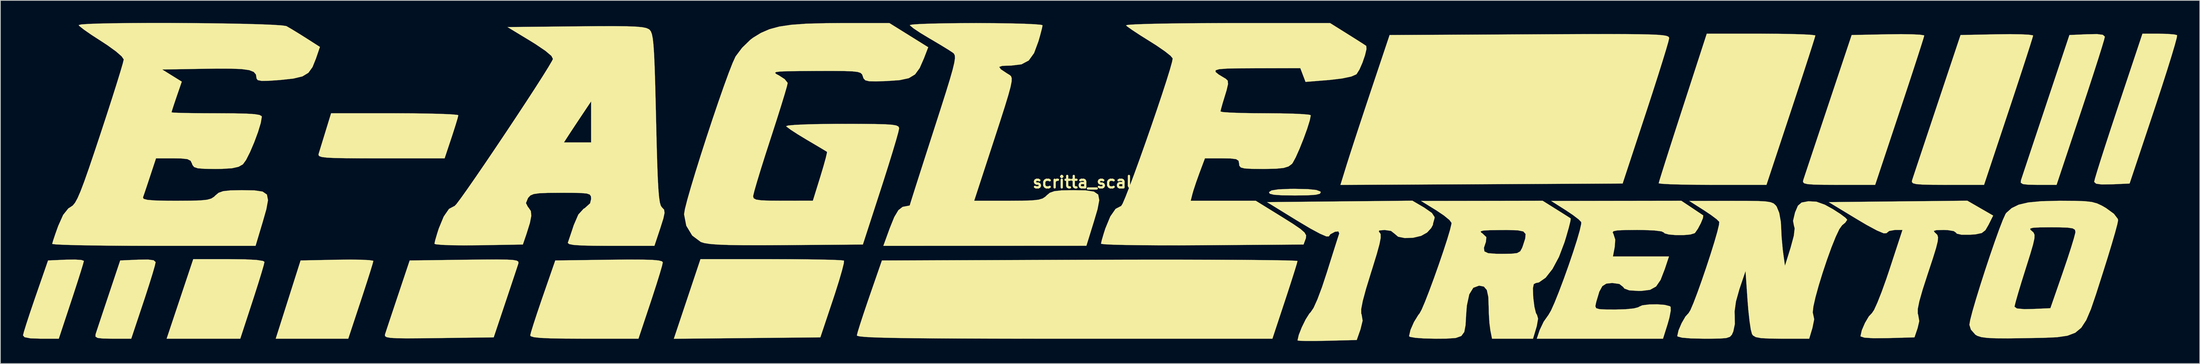
<source format=kicad_pcb>
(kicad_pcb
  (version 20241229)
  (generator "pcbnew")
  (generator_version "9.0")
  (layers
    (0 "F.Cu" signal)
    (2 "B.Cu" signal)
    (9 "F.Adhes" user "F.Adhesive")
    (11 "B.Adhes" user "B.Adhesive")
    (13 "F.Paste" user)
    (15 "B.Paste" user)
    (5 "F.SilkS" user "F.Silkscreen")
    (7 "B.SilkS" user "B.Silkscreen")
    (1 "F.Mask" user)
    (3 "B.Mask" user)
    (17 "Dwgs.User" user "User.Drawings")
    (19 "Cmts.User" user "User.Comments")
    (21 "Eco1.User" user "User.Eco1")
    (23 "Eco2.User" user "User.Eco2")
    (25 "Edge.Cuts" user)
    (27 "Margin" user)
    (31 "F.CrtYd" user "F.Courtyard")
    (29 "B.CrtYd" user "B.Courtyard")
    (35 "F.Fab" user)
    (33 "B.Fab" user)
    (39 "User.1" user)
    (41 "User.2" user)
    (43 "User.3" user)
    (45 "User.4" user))
  (footprint "scritta_scale72"
    (layer "F.Cu")
    (at 142.856 21.187)
    (property "Reference" "scritta_scale72" (at 0 0 0) (layer "F.SilkS") (effects (font (size 1.524 1.524) (thickness 0.3))))
    (attr through_hole)
    (fp_poly (pts (xy -113.327 10.258) (xy -111.805 10.34) (xy -110.956 10.475) (xy -110.772 10.605) (xy -110.877 11.059) (xy -111.165 12.052) (xy -111.597 13.457) (xy -112.135 15.144) (xy -112.379 15.897) (xy -113.986 20.814) (xy -123.772 20.814) (xy -122.004 15.522) (xy -120.236 10.231) (xy -115.504 10.231) (xy -113.327 10.258)) (stroke (width 0.01) (type solid)) (fill yes) (layer "F.SilkS"))
    (fp_poly (pts (xy -97.918 10.31) (xy -96.859 10.363) (xy -96.34 10.443) (xy -96.308 10.472) (xy -96.414 10.883) (xy -96.704 11.839) (xy -97.141 13.216) (xy -97.685 14.893) (xy -97.975 15.774) (xy -99.642 20.814) (xy -109.28 20.814) (xy -105.976 10.407) (xy -101.142 10.309) (xy -99.388 10.291) (xy -97.918 10.31)) (stroke (width 0.01) (type solid)) (fill yes) (layer "F.SilkS"))
    (fp_poly (pts (xy 27.85 0.918) (xy 28.955 1.033) (xy 29.485 1.234) (xy 29.545 1.323) (xy 29.436 1.533) (xy 28.882 1.669) (xy 27.798 1.742) (xy 26.106 1.764) (xy 24.407 1.742) (xy 23.325 1.668) (xy 22.774 1.532) (xy 22.666 1.323) (xy 23.015 1.091) (xy 23.918 0.948) (xy 25.438 0.886) (xy 26.106 0.882) (xy 27.85 0.918)) (stroke (width 0.01) (type solid)) (fill yes) (layer "F.SilkS"))
    (fp_poly (pts (xy -40.91 10.238) (xy -38.636 10.258) (xy -36.692 10.29) (xy -35.173 10.33) (xy -34.172 10.378) (xy -33.784 10.431) (xy -33.819 10.818) (xy -34.052 11.751) (xy -34.446 13.107) (xy -34.968 14.765) (xy -35.255 15.635) (xy -36.927 20.637) (xy -46.661 20.731) (xy -56.395 20.825) (xy -54.625 15.528) (xy -52.855 10.231) (xy -43.42 10.231) (xy -40.91 10.238)) (stroke (width 0.01) (type solid)) (fill yes) (layer "F.SilkS"))
    (fp_poly (pts (xy -135.097 10.344) (xy -134.761 10.463) (xy -134.761 10.466) (xy -134.867 10.879) (xy -135.157 11.837) (xy -135.594 13.216) (xy -136.138 14.894) (xy -136.428 15.774) (xy -138.094 20.814) (xy -140.485 20.814) (xy -141.88 20.766) (xy -142.645 20.615) (xy -142.851 20.373) (xy -142.731 19.895) (xy -142.42 18.885) (xy -141.959 17.474) (xy -141.391 15.797) (xy -141.175 15.169) (xy -139.524 10.407) (xy -137.142 10.303) (xy -135.951 10.287) (xy -135.097 10.344)) (stroke (width 0.01) (type solid)) (fill yes) (layer "F.SilkS"))
    (fp_poly (pts (xy -125.497 10.382) (xy -125.239 10.616) (xy -125.236 10.655) (xy -125.343 11.139) (xy -125.637 12.158) (xy -126.078 13.58) (xy -126.624 15.273) (xy -126.853 15.963) (xy -128.47 20.814) (xy -130.934 20.814) (xy -132.222 20.795) (xy -132.94 20.714) (xy -133.224 20.534) (xy -133.208 20.218) (xy -133.201 20.197) (xy -133.021 19.646) (xy -132.664 18.569) (xy -132.179 17.111) (xy -131.613 15.415) (xy -131.472 14.993) (xy -129.939 10.407) (xy -127.588 10.303) (xy -126.245 10.283) (xy -125.497 10.382)) (stroke (width 0.01) (type solid)) (fill yes) (layer "F.SilkS"))
    (fp_poly (pts (xy -91.114 -9.162) (xy -89.01 -9.132) (xy -87.255 -9.087) (xy -85.947 -9.028) (xy -85.181 -8.96) (xy -85.019 -8.909) (xy -85.124 -8.472) (xy -85.402 -7.545) (xy -85.8 -6.303) (xy -85.93 -5.91) (xy -86.841 -3.175) (xy -95.303 -3.175) (xy -97.961 -3.178) (xy -99.994 -3.191) (xy -101.482 -3.22) (xy -102.506 -3.271) (xy -103.146 -3.35) (xy -103.483 -3.462) (xy -103.596 -3.615) (xy -103.574 -3.792) (xy -103.378 -4.431) (xy -103.047 -5.509) (xy -102.654 -6.791) (xy -101.924 -9.172) (xy -93.472 -9.172) (xy -91.114 -9.162)) (stroke (width 0.01) (type solid)) (fill yes) (layer "F.SilkS"))
    (fp_poly (pts (xy 142.088 -19.726) (xy 142.963 -19.649) (xy 143.31 -19.556) (xy 143.253 -19.184) (xy 142.996 -18.228) (xy 142.564 -16.774) (xy 141.983 -14.907) (xy 141.28 -12.712) (xy 140.48 -10.274) (xy 140.253 -9.59) (xy 136.996 0.176) (xy 134.644 0.281) (xy 133.301 0.301) (xy 132.553 0.201) (xy 132.295 -0.032) (xy 132.292 -0.072) (xy 132.4 -0.513) (xy 132.704 -1.534) (xy 133.178 -3.046) (xy 133.792 -4.96) (xy 134.518 -7.187) (xy 135.329 -9.639) (xy 135.496 -10.142) (xy 138.7 -19.756) (xy 140.905 -19.756) (xy 142.088 -19.726)) (stroke (width 0.01) (type solid)) (fill yes) (layer "F.SilkS"))
    (fp_poly (pts (xy -60.587 10.293) (xy -59.254 10.332) (xy -58.404 10.409) (xy -57.964 10.527) (xy -57.856 10.664) (xy -57.962 11.144) (xy -58.256 12.161) (xy -58.697 13.581) (xy -59.244 15.272) (xy -59.472 15.963) (xy -61.089 20.814) (xy -68.292 20.814) (xy -70.843 20.804) (xy -72.758 20.771) (xy -74.107 20.711) (xy -74.96 20.62) (xy -75.388 20.493) (xy -75.47 20.373) (xy -75.351 19.895) (xy -75.039 18.885) (xy -74.578 17.474) (xy -74.011 15.797) (xy -73.794 15.169) (xy -72.143 10.407) (xy -64.999 10.311) (xy -62.478 10.287) (xy -60.587 10.293)) (stroke (width 0.01) (type solid)) (fill yes) (layer "F.SilkS"))
    (fp_poly (pts (xy 133.442 -19.604) (xy 133.7 -19.37) (xy 133.703 -19.331) (xy 133.595 -18.89) (xy 133.29 -17.869) (xy 132.816 -16.357) (xy 132.202 -14.443) (xy 131.476 -12.215) (xy 130.666 -9.764) (xy 130.498 -9.261) (xy 127.294 0.353) (xy 124.83 0.353) (xy 123.542 0.334) (xy 122.824 0.253) (xy 122.541 0.073) (xy 122.557 -0.243) (xy 122.564 -0.265) (xy 122.724 -0.751) (xy 123.076 -1.814) (xy 123.591 -3.362) (xy 124.236 -5.302) (xy 124.983 -7.541) (xy 125.799 -9.988) (xy 125.879 -10.231) (xy 128.998 -19.579) (xy 131.35 -19.683) (xy 132.693 -19.703) (xy 133.442 -19.604)) (stroke (width 0.01) (type solid)) (fill yes) (layer "F.SilkS"))
    (fp_poly (pts (xy 108.112 -19.674) (xy 109.168 -19.62) (xy 109.683 -19.537) (xy 109.714 -19.508) (xy 109.607 -19.117) (xy 109.303 -18.143) (xy 108.831 -16.672) (xy 108.219 -14.789) (xy 107.494 -12.58) (xy 106.684 -10.131) (xy 106.455 -9.444) (xy 103.197 0.353) (xy 98.318 0.353) (xy 96.377 0.346) (xy 95.038 0.318) (xy 94.198 0.253) (xy 93.755 0.14) (xy 93.605 -0.037) (xy 93.636 -0.265) (xy 93.796 -0.751) (xy 94.148 -1.814) (xy 94.663 -3.362) (xy 95.309 -5.301) (xy 96.055 -7.541) (xy 96.871 -9.988) (xy 96.952 -10.231) (xy 100.072 -19.579) (xy 104.893 -19.677) (xy 106.645 -19.695) (xy 108.112 -19.674)) (stroke (width 0.01) (type solid)) (fill yes) (layer "F.SilkS"))
    (fp_poly (pts (xy 122.576 -19.674) (xy 123.632 -19.62) (xy 124.147 -19.537) (xy 124.178 -19.508) (xy 124.07 -19.117) (xy 123.767 -18.143) (xy 123.295 -16.672) (xy 122.683 -14.789) (xy 121.958 -12.58) (xy 121.148 -10.131) (xy 120.919 -9.444) (xy 117.661 0.353) (xy 112.782 0.353) (xy 110.841 0.346) (xy 109.502 0.318) (xy 108.662 0.253) (xy 108.219 0.14) (xy 108.069 -0.037) (xy 108.1 -0.265) (xy 108.26 -0.751) (xy 108.612 -1.814) (xy 109.127 -3.362) (xy 109.773 -5.301) (xy 110.519 -7.541) (xy 111.335 -9.988) (xy 111.416 -10.231) (xy 114.536 -19.579) (xy 119.357 -19.677) (xy 121.109 -19.695) (xy 122.576 -19.674)) (stroke (width 0.01) (type solid)) (fill yes) (layer "F.SilkS"))
    (fp_poly (pts (xy -78.599 10.292) (xy -77.751 10.342) (xy -77.264 10.431) (xy -77.052 10.566) (xy -77.029 10.752) (xy -77.052 10.841) (xy -77.233 11.394) (xy -77.591 12.473) (xy -78.077 13.933) (xy -78.644 15.631) (xy -78.785 16.051) (xy -80.319 20.637) (xy -87.634 20.733) (xy -90.081 20.761) (xy -91.909 20.77) (xy -93.204 20.753) (xy -94.052 20.703) (xy -94.539 20.613) (xy -94.751 20.479) (xy -94.774 20.292) (xy -94.751 20.204) (xy -94.569 19.65) (xy -94.212 18.571) (xy -93.725 17.111) (xy -93.159 15.414) (xy -93.018 14.993) (xy -91.484 10.407) (xy -84.169 10.312) (xy -81.722 10.283) (xy -79.894 10.274) (xy -78.599 10.292)) (stroke (width 0.01) (type solid)) (fill yes) (layer "F.SilkS"))
    (fp_poly (pts (xy 69.986 -19.701) (xy 71.82 -19.685) (xy 73.227 -19.655) (xy 74.263 -19.611) (xy 74.983 -19.551) (xy 75.444 -19.473) (xy 75.701 -19.376) (xy 75.809 -19.258) (xy 75.827 -19.141) (xy 75.714 -18.654) (xy 75.407 -17.59) (xy 74.934 -16.042) (xy 74.324 -14.101) (xy 73.606 -11.861) (xy 72.807 -9.414) (xy 72.728 -9.172) (xy 69.649 0.176) (xy 32.158 0.359) (xy 33.004 -2.378) (xy 33.379 -3.561) (xy 33.929 -5.26) (xy 34.605 -7.326) (xy 35.358 -9.606) (xy 36.137 -11.949) (xy 36.27 -12.347) (xy 38.69 -19.579) (xy 57.269 -19.67) (xy 61.367 -19.69) (xy 64.816 -19.702) (xy 67.67 -19.707) (xy 69.986 -19.701)) (stroke (width 0.01) (type solid)) (fill yes) (layer "F.SilkS"))
    (fp_poly (pts (xy 90.206 -19.744) (xy 92.114 -19.713) (xy 93.657 -19.665) (xy 94.73 -19.604) (xy 95.228 -19.533) (xy 95.25 -19.514) (xy 95.143 -19.129) (xy 94.841 -18.161) (xy 94.372 -16.695) (xy 93.763 -14.815) (xy 93.041 -12.608) (xy 92.235 -10.16) (xy 92.003 -9.459) (xy 88.756 0.353) (xy 81.596 0.353) (xy 79.435 0.343) (xy 77.536 0.315) (xy 76.003 0.272) (xy 74.941 0.217) (xy 74.455 0.154) (xy 74.436 0.138) (xy 74.541 -0.239) (xy 74.838 -1.202) (xy 75.299 -2.666) (xy 75.897 -4.544) (xy 76.606 -6.751) (xy 77.398 -9.202) (xy 77.63 -9.916) (xy 80.823 -19.756) (xy 88.037 -19.756) (xy 90.206 -19.744)) (stroke (width 0.01) (type solid)) (fill yes) (layer "F.SilkS"))
    (fp_poly (pts (xy 11.202 10.303) (xy 14.756 10.311) (xy 17.939 10.325) (xy 20.699 10.344) (xy 22.981 10.369) (xy 24.733 10.398) (xy 25.901 10.431) (xy 26.431 10.469) (xy 26.458 10.48) (xy 26.353 10.888) (xy 26.063 11.841) (xy 25.626 13.217) (xy 25.082 14.892) (xy 24.792 15.774) (xy 23.125 20.814) (xy -4.489 20.814) (xy -9.744 20.812) (xy -14.333 20.805) (xy -18.294 20.793) (xy -21.665 20.775) (xy -24.486 20.751) (xy -26.794 20.719) (xy -28.63 20.68) (xy -30.031 20.633) (xy -31.037 20.576) (xy -31.685 20.51) (xy -32.016 20.434) (xy -32.078 20.373) (xy -31.959 19.895) (xy -31.647 18.885) (xy -31.186 17.474) (xy -30.619 15.797) (xy -30.403 15.169) (xy -28.751 10.407) (xy -1.147 10.317) (xy 3.198 10.306) (xy 7.332 10.301) (xy 11.202 10.303)) (stroke (width 0.01) (type solid)) (fill yes) (layer "F.SilkS"))
    (fp_poly (pts (xy 117.154 3.448) (xy 118.87 4.438) (xy 118.26 5.659) (xy 117.84 6.382) (xy 117.353 6.762) (xy 116.555 6.93) (xy 115.799 6.986) (xy 114.659 6.986) (xy 114.031 6.842) (xy 113.947 6.721) (xy 113.63 6.501) (xy 112.817 6.369) (xy 112.292 6.35) (xy 111.333 6.375) (xy 110.978 6.48) (xy 111.127 6.705) (xy 111.238 6.791) (xy 111.456 7.01) (xy 111.551 7.337) (xy 111.501 7.883) (xy 111.285 8.757) (xy 110.881 10.068) (xy 110.269 11.926) (xy 110.197 12.139) (xy 109.507 14.274) (xy 109.064 15.828) (xy 108.852 16.871) (xy 108.852 17.478) (xy 108.904 17.607) (xy 109.052 18.477) (xy 108.835 19.403) (xy 108.418 20.637) (xy 104.832 20.738) (xy 102.966 20.754) (xy 101.773 20.678) (xy 101.266 20.513) (xy 101.247 20.462) (xy 101.42 19.69) (xy 101.838 18.719) (xy 102.349 17.852) (xy 102.766 17.41) (xy 103.05 16.986) (xy 103.494 16.009) (xy 104.05 14.602) (xy 104.667 12.885) (xy 105.056 11.73) (xy 106.82 6.35) (xy 105.827 6.35) (xy 105.059 6.486) (xy 104.69 6.781) (xy 104.335 6.802) (xy 103.444 6.429) (xy 102.055 5.681) (xy 100.784 4.929) (xy 97.022 2.646) (xy 106.23 2.552) (xy 115.439 2.458) (xy 117.154 3.448)) (stroke (width 0.01) (type solid)) (fill yes) (layer "F.SilkS"))
    (fp_poly (pts (xy 43.289 3.376) (xy 44.31 4.088) (xy 44.676 4.652) (xy 44.653 4.822) (xy 44.47 5.476) (xy 44.45 5.66) (xy 44.216 6.1) (xy 43.678 6.689) (xy 42.88 7.138) (xy 41.813 7.389) (xy 40.714 7.43) (xy 39.822 7.252) (xy 39.384 6.879) (xy 38.882 6.48) (xy 38.023 6.355) (xy 37.304 6.419) (xy 37.263 6.605) (xy 37.348 6.667) (xy 37.503 6.904) (xy 37.509 7.398) (xy 37.345 8.244) (xy 36.992 9.537) (xy 36.43 11.372) (xy 36.23 12.004) (xy 35.559 14.189) (xy 35.128 15.785) (xy 34.921 16.858) (xy 34.925 17.478) (xy 34.974 17.601) (xy 35.109 18.413) (xy 34.822 19.579) (xy 34.326 20.99) (xy 30.392 21.09) (xy 28.822 21.118) (xy 27.549 21.118) (xy 26.716 21.091) (xy 26.458 21.046) (xy 26.622 20.321) (xy 27.026 19.295) (xy 27.539 18.251) (xy 28.03 17.473) (xy 28.206 17.286) (xy 28.587 16.723) (xy 29.103 15.579) (xy 29.711 13.956) (xy 30.359 11.994) (xy 30.907 10.247) (xy 31.387 8.726) (xy 31.756 7.567) (xy 31.972 6.903) (xy 32.003 6.817) (xy 31.883 6.543) (xy 31.444 6.588) (xy 30.814 6.926) (xy 30.622 7.209) (xy 30.293 7.213) (xy 29.448 6.85) (xy 28.151 6.151) (xy 26.467 5.149) (xy 26.459 5.145) (xy 22.403 2.646) (xy 32.063 2.552) (xy 41.723 2.458) (xy 43.289 3.376)) (stroke (width 0.01) (type solid)) (fill yes) (layer "F.SilkS"))
    (fp_poly (pts (xy 78.852 3.406) (xy 79.694 3.969) (xy 80.249 4.343) (xy 80.358 4.419) (xy 80.319 4.767) (xy 80.04 5.446) (xy 79.651 6.184) (xy 79.286 6.712) (xy 79.206 6.786) (xy 78.65 6.955) (xy 77.737 7.036) (xy 76.703 7.035) (xy 75.785 6.955) (xy 75.219 6.802) (xy 75.142 6.703) (xy 74.806 6.539) (xy 73.866 6.421) (xy 72.421 6.358) (xy 71.571 6.35) (xy 69.957 6.363) (xy 68.945 6.412) (xy 68.433 6.514) (xy 68.318 6.685) (xy 68.417 6.852) (xy 68.667 7.636) (xy 68.597 8.616) (xy 68.36 9.878) (xy 75.804 9.878) (xy 75.248 11.553) (xy 74.691 12.995) (xy 74.091 13.872) (xy 73.289 14.316) (xy 72.129 14.46) (xy 71.773 14.464) (xy 70.53 14.387) (xy 69.87 14.139) (xy 69.722 13.935) (xy 69.211 13.534) (xy 68.265 13.406) (xy 67.485 13.487) (xy 66.951 13.825) (xy 66.551 14.558) (xy 66.171 15.829) (xy 66.11 16.067) (xy 66.027 16.496) (xy 66.13 16.753) (xy 66.552 16.882) (xy 67.427 16.928) (xy 68.733 16.933) (xy 70.083 16.892) (xy 71.145 16.783) (xy 71.736 16.628) (xy 71.79 16.581) (xy 72.254 16.373) (xy 73.157 16.259) (xy 74.241 16.24) (xy 75.245 16.316) (xy 75.91 16.486) (xy 76.022 16.578) (xy 76.04 17.081) (xy 75.863 18.019) (xy 75.625 18.871) (xy 75.013 20.814) (xy 58.245 20.814) (xy 58.627 19.667) (xy 59.153 18.558) (xy 59.8 17.639) (xy 60.133 17.069) (xy 60.614 15.991) (xy 61.195 14.54) (xy 61.831 12.851) (xy 62.472 11.058) (xy 63.071 9.297) (xy 63.581 7.702) (xy 63.954 6.41) (xy 64.143 5.553) (xy 64.147 5.301) (xy 63.807 4.946) (xy 63.037 4.359) (xy 62.089 3.722) (xy 60.149 2.488) (xy 68.798 2.478) (xy 77.447 2.469) (xy 78.852 3.406)) (stroke (width 0.01) (type solid)) (fill yes) (layer "F.SilkS"))
    (fp_poly (pts (xy 129.716 2.478) (xy 131.032 2.522) (xy 131.965 2.627) (xy 132.676 2.819) (xy 133.328 3.124) (xy 133.865 3.437) (xy 134.913 4.202) (xy 135.43 4.882) (xy 135.467 5.072) (xy 135.362 5.603) (xy 135.072 6.69) (xy 134.629 8.218) (xy 134.066 10.072) (xy 133.417 12.137) (xy 133.34 12.377) (xy 132.527 14.922) (xy 131.859 16.882) (xy 131.241 18.333) (xy 130.577 19.355) (xy 129.773 20.025) (xy 128.734 20.42) (xy 127.364 20.619) (xy 125.568 20.7) (xy 123.251 20.739) (xy 123.119 20.742) (xy 120.885 20.772) (xy 119.244 20.764) (xy 118.086 20.711) (xy 117.301 20.606) (xy 116.778 20.44) (xy 116.505 20.281) (xy 115.909 19.6) (xy 115.711 18.965) (xy 115.822 18.312) (xy 116.126 17.136) (xy 116.293 16.563) (xy 121.708 16.563) (xy 122.03 16.794) (xy 123.008 16.882) (xy 124.09 16.861) (xy 126.471 16.757) (xy 128.122 11.994) (xy 128.719 10.236) (xy 129.223 8.68) (xy 129.592 7.465) (xy 129.782 6.729) (xy 129.798 6.615) (xy 129.734 6.322) (xy 129.428 6.139) (xy 128.751 6.04) (xy 127.575 6.002) (xy 126.58 5.997) (xy 125.075 6.009) (xy 124.179 6.058) (xy 123.793 6.16) (xy 123.822 6.334) (xy 123.988 6.473) (xy 124.238 6.696) (xy 124.364 6.996) (xy 124.348 7.489) (xy 124.171 8.291) (xy 123.814 9.516) (xy 123.26 11.282) (xy 123.174 11.555) (xy 122.637 13.269) (xy 122.189 14.755) (xy 121.869 15.877) (xy 121.716 16.499) (xy 121.708 16.563) (xy 116.293 16.563) (xy 116.583 15.566) (xy 117.149 13.729) (xy 117.783 11.752) (xy 118.443 9.762) (xy 119.087 7.889) (xy 119.674 6.257) (xy 120.161 4.997) (xy 120.507 4.234) (xy 120.596 4.096) (xy 121.322 3.448) (xy 122.263 2.987) (xy 123.537 2.688) (xy 125.262 2.525) (xy 127.557 2.47) (xy 127.856 2.469) (xy 129.716 2.478)) (stroke (width 0.01) (type solid)) (fill yes) (layer "F.SilkS"))
    (fp_poly (pts (xy -13.817 -21.156) (xy -11.658 -21.125) (xy -9.844 -21.077) (xy -8.47 -21.015) (xy -7.631 -20.942) (xy -7.408 -20.878) (xy -7.502 -20.402) (xy -7.743 -19.486) (xy -7.957 -18.742) (xy -8.538 -17.173) (xy -9.245 -16.191) (xy -10.216 -15.677) (xy -11.589 -15.513) (xy -11.73 -15.511) (xy -12.765 -15.475) (xy -13.172 -15.336) (xy -12.951 -15.021) (xy -12.107 -14.46) (xy -11.782 -14.262) (xy -11.599 -14.103) (xy -11.507 -13.835) (xy -11.523 -13.378) (xy -11.668 -12.65) (xy -11.961 -11.571) (xy -12.421 -10.058) (xy -13.069 -8.03) (xy -13.824 -5.708) (xy -16.492 2.469) (xy -12.005 2.469) (xy -10.123 2.459) (xy -8.816 2.417) (xy -7.953 2.325) (xy -7.401 2.164) (xy -7.03 1.917) (xy -6.879 1.764) (xy -6.447 1.404) (xy -5.838 1.19) (xy -4.878 1.086) (xy -3.393 1.058) (xy -3.34 1.058) (xy -1.677 1.088) (xy -0.593 1.247) (xy -0.018 1.646) (xy 0.121 2.393) (xy -0.106 3.596) (xy -0.597 5.259) (xy -1.587 8.456) (xy -15.075 8.461) (xy -28.563 8.467) (xy -27.712 6.122) (xy -27.11 4.631) (xy -26.566 3.72) (xy -25.997 3.275) (xy -25.488 3.18) (xy -25.077 3.102) (xy -25.047 3.06) (xy -24.943 2.708) (xy -24.649 1.769) (xy -24.191 0.327) (xy -23.596 -1.533) (xy -22.892 -3.728) (xy -22.105 -6.172) (xy -21.869 -6.906) (xy -20.956 -9.744) (xy -20.245 -11.986) (xy -19.717 -13.707) (xy -19.354 -14.981) (xy -19.138 -15.883) (xy -19.049 -16.486) (xy -19.07 -16.867) (xy -19.182 -17.098) (xy -19.311 -17.216) (xy -19.899 -17.604) (xy -20.909 -18.224) (xy -22.146 -18.959) (xy -22.485 -19.156) (xy -23.653 -19.863) (xy -24.542 -20.456) (xy -25.007 -20.838) (xy -25.043 -20.902) (xy -24.707 -20.974) (xy -23.76 -21.039) (xy -22.296 -21.094) (xy -20.41 -21.135) (xy -18.196 -21.16) (xy -16.228 -21.167) (xy -13.817 -21.156)) (stroke (width 0.01) (type solid)) (fill yes) (layer "F.SilkS"))
    (fp_poly (pts (xy 86.123 2.48) (xy 87.624 2.5) (xy 88.647 2.555) (xy 89.305 2.659) (xy 89.71 2.826) (xy 89.978 3.07) (xy 90.115 3.253) (xy 90.453 4.084) (xy 90.663 5.268) (xy 90.695 5.811) (xy 90.769 7.327) (xy 90.916 8.932) (xy 90.968 9.349) (xy 91.211 11.113) (xy 91.977 8.657) (xy 92.39 7.12) (xy 92.503 6.129) (xy 92.41 5.799) (xy 92.286 5.139) (xy 92.55 4.021) (xy 92.932 3.123) (xy 93.421 2.701) (xy 94.273 2.541) (xy 94.346 2.534) (xy 95.388 2.589) (xy 96.508 2.989) (xy 97.576 3.579) (xy 98.565 4.216) (xy 99.254 4.732) (xy 99.483 4.993) (xy 99.227 5.374) (xy 98.801 5.73) (xy 98.441 6.233) (xy 97.958 7.252) (xy 97.396 8.651) (xy 96.802 10.292) (xy 96.219 12.038) (xy 95.692 13.752) (xy 95.267 15.296) (xy 94.988 16.533) (xy 94.9 17.327) (xy 94.948 17.524) (xy 95.096 18.231) (xy 94.863 19.377) (xy 94.433 20.814) (xy 90.797 20.814) (xy 89.118 20.798) (xy 88.009 20.735) (xy 87.338 20.606) (xy 86.97 20.389) (xy 86.833 20.197) (xy 86.676 19.604) (xy 86.506 18.481) (xy 86.345 17.001) (xy 86.24 15.699) (xy 85.975 11.818) (xy 85.167 14.201) (xy 84.702 15.863) (xy 84.516 17.218) (xy 84.541 17.729) (xy 84.556 18.869) (xy 84.351 19.844) (xy 84.16 20.284) (xy 83.901 20.565) (xy 83.431 20.724) (xy 82.607 20.795) (xy 81.288 20.813) (xy 80.442 20.814) (xy 78.73 20.779) (xy 77.543 20.679) (xy 76.956 20.523) (xy 76.906 20.45) (xy 77.076 19.695) (xy 77.489 18.732) (xy 77.993 17.863) (xy 78.407 17.41) (xy 78.655 17.004) (xy 79.059 16.056) (xy 79.574 14.704) (xy 80.154 13.081) (xy 80.755 11.323) (xy 81.33 9.567) (xy 81.835 7.946) (xy 82.223 6.596) (xy 82.45 5.653) (xy 82.481 5.271) (xy 82.148 4.933) (xy 81.382 4.357) (xy 80.433 3.722) (xy 78.493 2.488) (xy 84.029 2.478) (xy 86.123 2.48)) (stroke (width 0.01) (type solid)) (fill yes) (layer "F.SilkS"))
    (fp_poly (pts (xy 60.823 3.595) (xy 61.798 4.207) (xy 62.502 4.654) (xy 62.752 4.816) (xy 62.713 5.171) (xy 62.497 6.043) (xy 62.144 7.277) (xy 61.926 7.992) (xy 61.192 9.933) (xy 60.332 11.538) (xy 59.419 12.704) (xy 58.525 13.329) (xy 58.126 13.406) (xy 57.843 13.555) (xy 57.731 14.096) (xy 57.765 15.168) (xy 57.786 15.434) (xy 57.929 16.57) (xy 58.128 17.396) (xy 58.285 17.678) (xy 58.415 18.152) (xy 58.248 19.117) (xy 58.181 19.353) (xy 57.744 20.814) (xy 52.299 20.814) (xy 52.079 19.711) (xy 51.948 18.696) (xy 51.869 17.378) (xy 51.858 16.742) (xy 51.804 15.252) (xy 51.607 14.34) (xy 51.213 13.882) (xy 50.577 13.758) (xy 49.81 14.041) (xy 49.274 14.913) (xy 48.954 16.408) (xy 48.859 17.639) (xy 48.782 19.014) (xy 48.611 19.921) (xy 48.219 20.457) (xy 47.481 20.719) (xy 46.272 20.806) (xy 44.765 20.814) (xy 43.284 20.783) (xy 42.118 20.699) (xy 41.414 20.577) (xy 41.275 20.484) (xy 41.463 19.655) (xy 41.923 18.602) (xy 42.501 17.662) (xy 42.665 17.462) (xy 42.948 16.945) (xy 43.394 15.897) (xy 43.954 14.459) (xy 44.578 12.772) (xy 45.215 10.977) (xy 45.816 9.217) (xy 46.332 7.633) (xy 46.66 6.536) (xy 50.779 6.536) (xy 50.859 6.702) (xy 51.018 6.803) (xy 51.546 7.305) (xy 51.484 7.938) (xy 51.221 8.731) (xy 51.285 9.204) (xy 51.785 9.44) (xy 52.828 9.519) (xy 53.588 9.525) (xy 54.871 9.512) (xy 55.63 9.425) (xy 56.042 9.193) (xy 56.29 8.746) (xy 56.41 8.414) (xy 56.709 7.485) (xy 56.757 6.888) (xy 56.452 6.549) (xy 55.694 6.398) (xy 54.38 6.361) (xy 53.534 6.363) (xy 52.028 6.381) (xy 51.139 6.434) (xy 50.779 6.536) (xy 46.66 6.536) (xy 46.711 6.365) (xy 46.905 5.555) (xy 46.919 5.408) (xy 46.64 5.027) (xy 45.907 4.426) (xy 44.891 3.742) (xy 42.862 2.488) (xy 50.946 2.479) (xy 59.029 2.469) (xy 60.823 3.595)) (stroke (width 0.01) (type solid)) (fill yes) (layer "F.SilkS"))
    (fp_poly (pts (xy -62.637 -20.742) (xy -61.424 -20.695) (xy -60.587 -20.618) (xy -60.043 -20.506) (xy -59.71 -20.355) (xy -59.615 -20.28) (xy -59.445 -20.064) (xy -59.306 -19.702) (xy -59.191 -19.122) (xy -59.095 -18.249) (xy -59.013 -17.01) (xy -58.94 -15.331) (xy -58.87 -13.138) (xy -58.798 -10.357) (xy -58.752 -8.382) (xy -58.675 -5.184) (xy -58.601 -2.621) (xy -58.527 -0.624) (xy -58.447 0.879) (xy -58.356 1.957) (xy -58.25 2.682) (xy -58.124 3.122) (xy -57.973 3.349) (xy -57.949 3.368) (xy -57.686 3.649) (xy -57.626 4.08) (xy -57.783 4.828) (xy -58.172 6.063) (xy -58.189 6.116) (xy -58.971 8.467) (xy -64.801 8.467) (xy -67.042 8.455) (xy -68.654 8.415) (xy -69.713 8.343) (xy -70.295 8.23) (xy -70.477 8.073) (xy -70.468 8.026) (xy -70.273 7.461) (xy -69.943 6.479) (xy -69.689 5.709) (xy -69.082 4.301) (xy -68.382 3.531) (xy -68.226 3.447) (xy -67.517 2.809) (xy -67.381 2.236) (xy -67.405 1.879) (xy -67.558 1.644) (xy -67.962 1.505) (xy -68.738 1.436) (xy -70.007 1.413) (xy -71.353 1.411) (xy -73.096 1.422) (xy -74.268 1.469) (xy -75.006 1.574) (xy -75.445 1.759) (xy -75.719 2.047) (xy -75.774 2.13) (xy -76.038 2.776) (xy -75.772 3.297) (xy -75.682 3.391) (xy -75.387 3.836) (xy -75.324 4.459) (xy -75.508 5.411) (xy -75.953 6.843) (xy -76.025 7.056) (xy -76.447 8.29) (xy -82.321 8.387) (xy -84.267 8.402) (xy -85.941 8.383) (xy -87.226 8.333) (xy -88.008 8.257) (xy -88.194 8.185) (xy -88.091 7.703) (xy -87.825 6.797) (xy -87.617 6.148) (xy -86.963 4.563) (xy -86.264 3.551) (xy -85.563 3.176) (xy -85.529 3.175) (xy -85.264 2.893) (xy -84.672 2.103) (xy -83.808 0.888) (xy -82.729 -0.667) (xy -81.49 -2.478) (xy -80.149 -4.462) (xy -79.593 -5.292) (xy -70.989 -5.292) (xy -67.381 -5.292) (xy -67.381 -10.75) (xy -68.557 -8.991) (xy -69.321 -7.843) (xy -70.025 -6.778) (xy -70.362 -6.262) (xy -70.989 -5.292) (xy -79.593 -5.292) (xy -78.76 -6.534) (xy -77.381 -8.611) (xy -76.066 -10.609) (xy -74.873 -12.443) (xy -73.858 -14.03) (xy -73.076 -15.286) (xy -72.583 -16.126) (xy -72.45 -16.397) (xy -72.659 -16.803) (xy -73.454 -17.476) (xy -74.783 -18.376) (xy -75.383 -18.748) (xy -78.493 -20.637) (xy -69.355 -20.732) (xy -66.521 -20.756) (xy -64.309 -20.76) (xy -62.637 -20.742)) (stroke (width 0.01) (type solid)) (fill yes) (layer "F.SilkS"))
    (fp_poly (pts (xy -25.175 -19.561) (xy -22.598 -17.954) (xy -23.167 -16.474) (xy -23.732 -15.184) (xy -24.349 -14.338) (xy -25.183 -13.835) (xy -26.398 -13.574) (xy -28.079 -13.457) (xy -29.544 -13.408) (xy -30.452 -13.43) (xy -30.952 -13.551) (xy -31.192 -13.801) (xy -31.285 -14.074) (xy -31.384 -14.344) (xy -31.585 -14.538) (xy -31.989 -14.669) (xy -32.698 -14.748) (xy -33.815 -14.788) (xy -35.44 -14.799) (xy -37.524 -14.794) (xy -39.705 -14.783) (xy -41.26 -14.762) (xy -42.266 -14.722) (xy -42.803 -14.654) (xy -42.949 -14.547) (xy -42.782 -14.393) (xy -42.422 -14.201) (xy -41.664 -13.708) (xy -41.285 -13.234) (xy -41.275 -13.168) (xy -41.381 -12.706) (xy -41.676 -11.682) (xy -42.128 -10.201) (xy -42.704 -8.372) (xy -43.372 -6.299) (xy -43.568 -5.697) (xy -44.256 -3.568) (xy -44.861 -1.643) (xy -45.351 -0.031) (xy -45.693 1.159) (xy -45.853 1.818) (xy -45.861 1.89) (xy -45.779 2.144) (xy -45.455 2.311) (xy -44.773 2.409) (xy -43.618 2.455) (xy -41.892 2.464) (xy -37.924 2.459) (xy -36.93 -0.747) (xy -36.514 -2.134) (xy -36.208 -3.239) (xy -36.053 -3.91) (xy -36.049 -4.04) (xy -36.383 -4.247) (xy -37.177 -4.722) (xy -38.283 -5.376) (xy -38.724 -5.636) (xy -39.921 -6.362) (xy -40.87 -6.978) (xy -41.414 -7.383) (xy -41.479 -7.452) (xy -41.201 -7.545) (xy -40.311 -7.625) (xy -38.901 -7.691) (xy -37.065 -7.737) (xy -34.894 -7.759) (xy -34.064 -7.761) (xy -31.555 -7.757) (xy -29.665 -7.741) (xy -28.308 -7.706) (xy -27.396 -7.644) (xy -26.844 -7.548) (xy -26.565 -7.412) (xy -26.471 -7.229) (xy -26.467 -7.144) (xy -26.574 -6.638) (xy -26.871 -5.569) (xy -27.326 -4.042) (xy -27.906 -2.164) (xy -28.579 -0.042) (xy -28.877 0.882) (xy -31.279 8.29) (xy -41.48 8.367) (xy -44.614 8.384) (xy -47.117 8.38) (xy -49.065 8.352) (xy -50.534 8.298) (xy -51.598 8.215) (xy -52.333 8.1) (xy -52.806 7.953) (xy -53.952 7.095) (xy -54.739 5.791) (xy -55.033 4.261) (xy -55.033 4.251) (xy -54.921 3.574) (xy -54.608 2.341) (xy -54.128 0.661) (xy -53.519 -1.359) (xy -52.815 -3.609) (xy -52.051 -5.981) (xy -51.264 -8.366) (xy -50.488 -10.656) (xy -49.759 -12.743) (xy -49.113 -14.517) (xy -48.584 -15.87) (xy -48.209 -16.694) (xy -48.18 -16.745) (xy -47.322 -17.886) (xy -46.225 -18.951) (xy -45.875 -19.217) (xy -44.827 -19.859) (xy -43.702 -20.349) (xy -42.388 -20.705) (xy -40.773 -20.945) (xy -38.748 -21.09) (xy -36.2 -21.156) (xy -34.26 -21.167) (xy -27.752 -21.167) (xy -25.175 -19.561)) (stroke (width 0.01) (type solid)) (fill yes) (layer "F.SilkS"))
    (fp_poly (pts (xy 33.123 -19.707) (xy 34.242 -19.003) (xy 35.106 -18.452) (xy 35.561 -18.152) (xy 35.591 -18.13) (xy 35.62 -17.706) (xy 35.425 -16.883) (xy 35.087 -15.899) (xy 34.689 -14.99) (xy 34.315 -14.393) (xy 34.267 -14.346) (xy 33.601 -14.055) (xy 32.377 -13.797) (xy 30.745 -13.603) (xy 30.607 -13.591) (xy 27.523 -13.343) (xy 27.176 -14.256) (xy 26.829 -15.169) (xy 20.911 -15.158) (xy 18.667 -15.148) (xy 17.07 -15.114) (xy 16.062 -15.036) (xy 15.583 -14.893) (xy 15.575 -14.665) (xy 15.98 -14.331) (xy 16.739 -13.871) (xy 16.92 -13.767) (xy 17.189 -13.51) (xy 17.23 -13.056) (xy 17.035 -12.222) (xy 16.832 -11.555) (xy 16.502 -10.472) (xy 16.283 -9.678) (xy 16.228 -9.406) (xy 16.561 -9.329) (xy 17.486 -9.263) (xy 18.887 -9.212) (xy 20.65 -9.18) (xy 22.225 -9.172) (xy 24.193 -9.158) (xy 25.89 -9.117) (xy 27.201 -9.055) (xy 28.011 -8.978) (xy 28.222 -8.909) (xy 28.089 -8.218) (xy 27.742 -7.106) (xy 27.261 -5.779) (xy 26.726 -4.441) (xy 26.216 -3.297) (xy 25.809 -2.552) (xy 25.709 -2.426) (xy 25.263 -2.098) (xy 24.617 -1.897) (xy 23.61 -1.795) (xy 22.079 -1.764) (xy 21.872 -1.764) (xy 20.364 -1.776) (xy 19.426 -1.831) (xy 18.926 -1.96) (xy 18.728 -2.191) (xy 18.697 -2.469) (xy 18.625 -2.853) (xy 18.304 -3.066) (xy 17.577 -3.157) (xy 16.43 -3.175) (xy 14.162 -3.175) (xy 13.441 -1.249) (xy 13 -0.019) (xy 12.639 1.076) (xy 12.496 1.573) (xy 12.271 2.469) (xy 20.917 2.469) (xy 24.374 4.606) (xy 25.865 5.543) (xy 26.838 6.208) (xy 27.387 6.688) (xy 27.602 7.066) (xy 27.576 7.426) (xy 27.546 7.517) (xy 27.26 8.29) (xy 13.806 8.383) (xy 10.804 8.396) (xy 8.034 8.394) (xy 5.575 8.377) (xy 3.502 8.348) (xy 1.891 8.307) (xy 0.819 8.254) (xy 0.364 8.193) (xy 0.353 8.181) (xy 0.456 7.701) (xy 0.722 6.797) (xy 0.931 6.148) (xy 1.587 4.557) (xy 2.289 3.546) (xy 2.995 3.176) (xy 3.024 3.175) (xy 3.22 2.857) (xy 3.6 1.969) (xy 4.13 0.612) (xy 4.774 -1.111) (xy 5.496 -3.102) (xy 6.262 -5.257) (xy 7.035 -7.477) (xy 7.782 -9.661) (xy 8.466 -11.707) (xy 9.053 -13.514) (xy 9.507 -14.982) (xy 9.793 -16.009) (xy 9.878 -16.465) (xy 9.595 -16.813) (xy 8.832 -17.419) (xy 7.719 -18.186) (xy 6.865 -18.726) (xy 5.573 -19.536) (xy 4.518 -20.23) (xy 3.841 -20.713) (xy 3.669 -20.87) (xy 3.968 -20.936) (xy 4.898 -20.996) (xy 6.384 -21.05) (xy 8.351 -21.096) (xy 10.726 -21.131) (xy 13.434 -21.155) (xy 16.4 -21.166) (xy 17.139 -21.167) (xy 30.792 -21.167) (xy 33.123 -19.707)) (stroke (width 0.01) (type solid)) (fill yes) (layer "F.SilkS"))
    (fp_poly (pts (xy -123.452 -21.182) (xy -120.754 -21.168) (xy -118.086 -21.143) (xy -115.541 -21.106) (xy -113.21 -21.059) (xy -111.186 -21.001) (xy -109.559 -20.933) (xy -108.423 -20.855) (xy -107.868 -20.769) (xy -107.85 -20.76) (xy -107.144 -20.352) (xy -106.106 -19.716) (xy -105.248 -19.175) (xy -103.405 -17.996) (xy -103.935 -16.442) (xy -104.389 -15.314) (xy -104.936 -14.555) (xy -105.728 -14.076) (xy -106.917 -13.787) (xy -108.654 -13.598) (xy -108.744 -13.591) (xy -110.249 -13.487) (xy -111.181 -13.478) (xy -111.664 -13.576) (xy -111.826 -13.791) (xy -111.831 -13.86) (xy -111.909 -14.329) (xy -112.202 -14.673) (xy -112.8 -14.906) (xy -113.792 -15.046) (xy -115.265 -15.107) (xy -117.31 -15.108) (xy -118.58 -15.09) (xy -124.354 -14.993) (xy -121.756 -13.377) (xy -122.438 -11.396) (xy -122.801 -10.322) (xy -123.048 -9.554) (xy -123.119 -9.293) (xy -122.786 -9.254) (xy -121.861 -9.219) (xy -120.46 -9.193) (xy -118.697 -9.176) (xy -117.122 -9.172) (xy -114.849 -9.161) (xy -113.199 -9.124) (xy -112.088 -9.054) (xy -111.433 -8.945) (xy -111.152 -8.791) (xy -111.125 -8.705) (xy -111.264 -7.88) (xy -111.626 -6.683) (xy -112.128 -5.324) (xy -112.685 -4.014) (xy -113.215 -2.963) (xy -113.634 -2.381) (xy -114.216 -2.05) (xy -115.086 -1.856) (xy -116.409 -1.773) (xy -117.297 -1.764) (xy -118.744 -1.78) (xy -119.636 -1.853) (xy -120.12 -2.015) (xy -120.345 -2.3) (xy -120.399 -2.469) (xy -120.588 -2.855) (xy -121.013 -3.069) (xy -121.842 -3.159) (xy -122.881 -3.175) (xy -125.179 -3.175) (xy -125.965 -0.794) (xy -126.378 0.453) (xy -126.717 1.462) (xy -126.91 2.02) (xy -126.913 2.028) (xy -126.817 2.217) (xy -126.313 2.347) (xy -125.318 2.427) (xy -123.749 2.464) (xy -122.506 2.469) (xy -120.606 2.46) (xy -119.282 2.419) (xy -118.404 2.33) (xy -117.843 2.174) (xy -117.469 1.935) (xy -117.299 1.764) (xy -116.866 1.404) (xy -116.257 1.19) (xy -115.298 1.086) (xy -113.813 1.058) (xy -113.759 1.058) (xy -112.103 1.087) (xy -111.023 1.245) (xy -110.447 1.643) (xy -110.304 2.388) (xy -110.521 3.591) (xy -110.996 5.258) (xy -111.956 8.467) (xy -125.475 8.467) (xy -128.485 8.46) (xy -131.26 8.441) (xy -133.725 8.411) (xy -135.804 8.372) (xy -137.42 8.325) (xy -138.498 8.272) (xy -138.961 8.214) (xy -138.973 8.202) (xy -138.849 7.755) (xy -138.547 6.853) (xy -138.18 5.826) (xy -137.52 4.348) (xy -136.833 3.488) (xy -136.521 3.289) (xy -136.232 3.09) (xy -135.938 2.727) (xy -135.608 2.126) (xy -135.211 1.211) (xy -134.717 -0.092) (xy -134.095 -1.858) (xy -133.316 -4.161) (xy -132.552 -6.462) (xy -131.747 -8.916) (xy -131.021 -11.167) (xy -130.401 -13.125) (xy -129.917 -14.697) (xy -129.597 -15.792) (xy -129.47 -16.318) (xy -129.469 -16.335) (xy -129.753 -16.747) (xy -130.52 -17.412) (xy -131.644 -18.226) (xy -132.461 -18.76) (xy -133.722 -19.576) (xy -134.722 -20.269) (xy -135.333 -20.748) (xy -135.46 -20.902) (xy -135.125 -20.985) (xy -134.176 -21.053) (xy -132.706 -21.106) (xy -130.807 -21.145) (xy -128.57 -21.171) (xy -126.088 -21.182) (xy -123.452 -21.182)) (stroke (width 0.01) (type solid)) (fill yes) (layer "F.SilkS")))
  (gr_rect
    (start -3 -3)
    (end 289.17 45.31)
    (stroke (width 0.1) (type default))
    (fill no)
    (layer "Edge.Cuts")))
</source>
